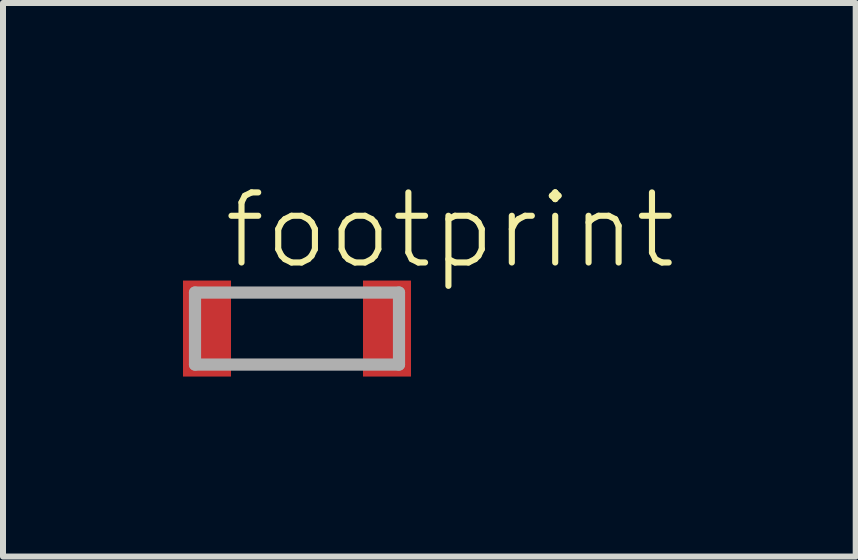
<source format=kicad_pcb>
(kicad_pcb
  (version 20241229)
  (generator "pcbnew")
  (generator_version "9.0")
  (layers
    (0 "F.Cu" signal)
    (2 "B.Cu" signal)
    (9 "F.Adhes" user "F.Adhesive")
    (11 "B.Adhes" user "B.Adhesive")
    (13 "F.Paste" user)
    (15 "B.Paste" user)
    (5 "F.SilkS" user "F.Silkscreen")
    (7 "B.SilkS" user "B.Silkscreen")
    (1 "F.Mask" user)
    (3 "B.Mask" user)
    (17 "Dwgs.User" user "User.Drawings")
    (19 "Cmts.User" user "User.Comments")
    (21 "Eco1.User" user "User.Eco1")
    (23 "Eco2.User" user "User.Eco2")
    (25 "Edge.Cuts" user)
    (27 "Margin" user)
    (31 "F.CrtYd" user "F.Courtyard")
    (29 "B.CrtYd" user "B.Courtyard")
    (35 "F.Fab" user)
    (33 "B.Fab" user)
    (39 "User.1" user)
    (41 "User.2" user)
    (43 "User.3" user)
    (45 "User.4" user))
  (footprint "footprint"
    (layer "F.Cu")
    (at 1.9 2.426)
    (property "Reference" "footprint" (at -1.27 -0.953 0) (layer "F.SilkS") (effects (font (size 1.168 1.168) (thickness 0.102)) (justify left bottom)))
    (fp_line (start -1.7 -0.6) (end -1.7 0.6) (stroke (width 0.203) (type solid)) (layer "F.Fab"))
    (fp_line (start -1.7 0.6) (end 1.7 0.6) (stroke (width 0.203) (type solid)) (layer "F.Fab"))
    (fp_line (start 1.7 -0.6) (end -1.7 -0.6) (stroke (width 0.203) (type solid)) (layer "F.Fab"))
    (fp_line (start 1.7 0.6) (end 1.7 -0.6) (stroke (width 0.203) (type solid)) (layer "F.Fab"))
    (pad "1" smd rect (at -1.5 0) (size 0.8 1.6) (layers "F.Cu" "F.Mask" "F.Paste"))
    (pad "2" smd rect (at 1.5 0) (size 0.8 1.6) (layers "F.Cu" "F.Mask" "F.Paste")))
  (gr_rect
    (start -3 -3)
    (end 11.212 6.226)
    (stroke (width 0.1) (type default))
    (fill no)
    (layer "Edge.Cuts")))
</source>
